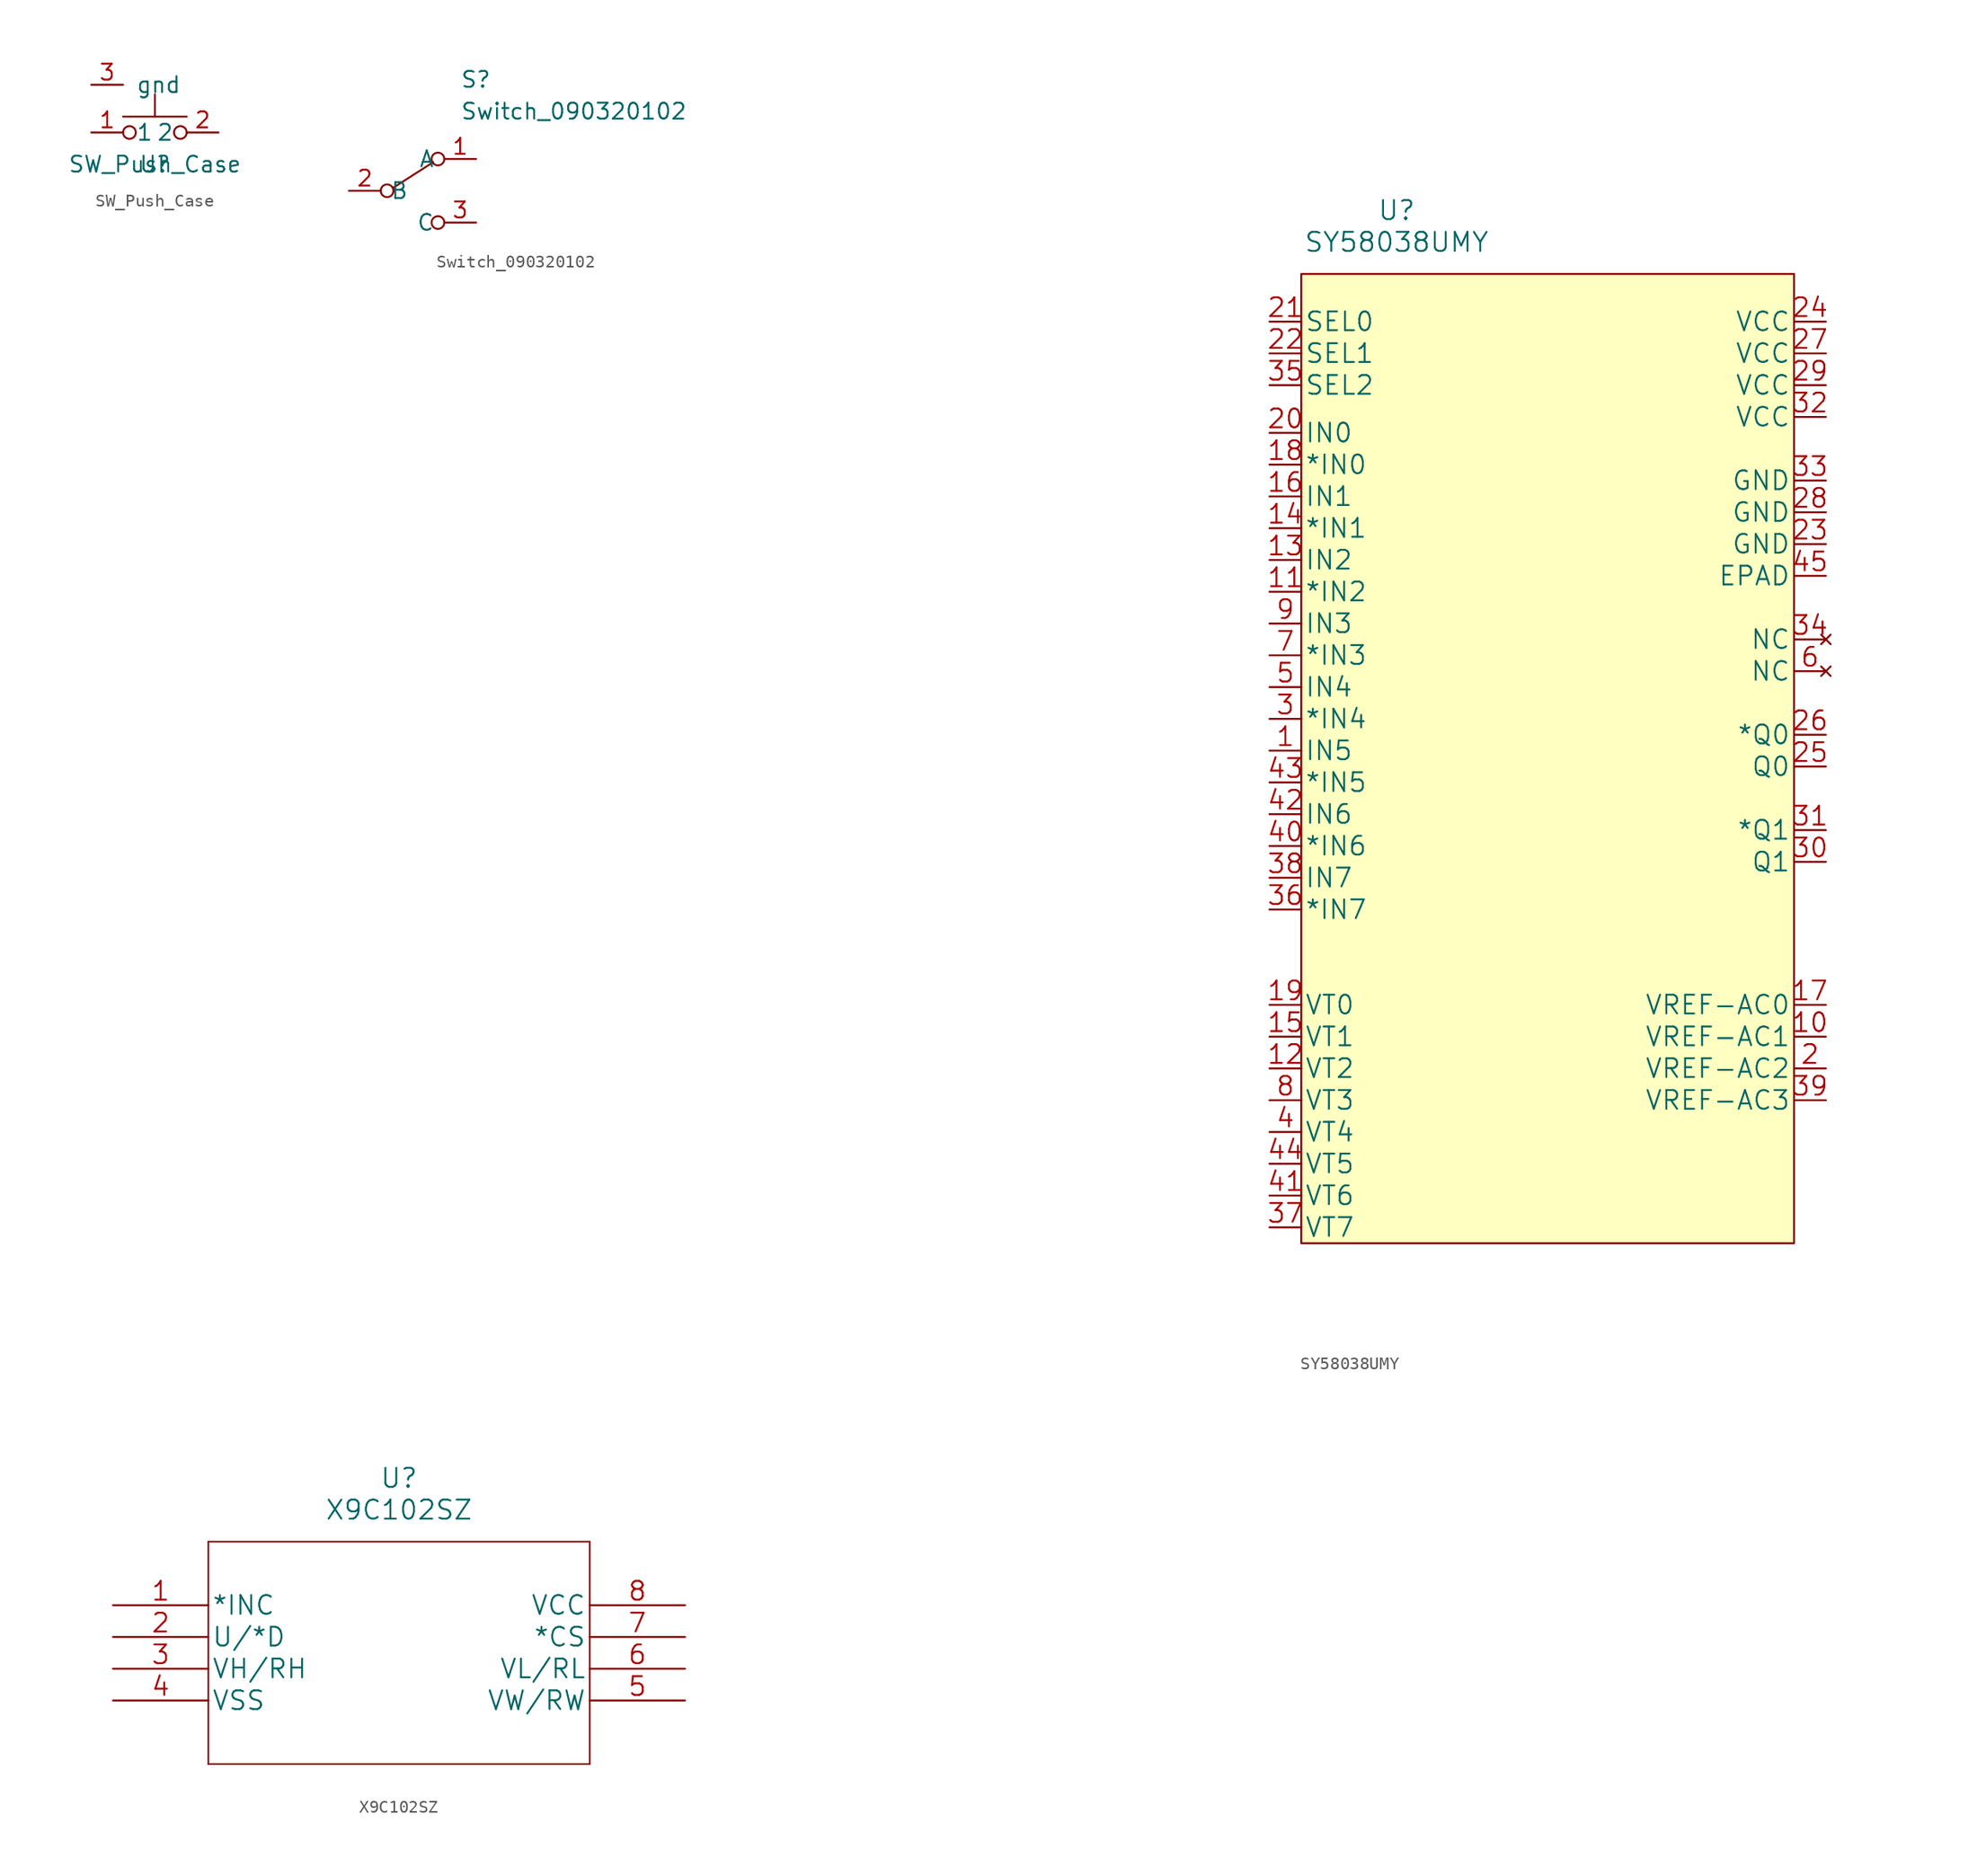
<source format=kicad_sym>
(kicad_symbol_lib
  (version 20211014)
  (generator kicad_symbol_editor)
  (symbol "SW_Push_Case"
    (pin_names
      (offset 1.016))
    (property "Reference" "U"
      (at 0 0 0)
      (effects (font (size 1.27 1.27))))
    (property "Value" "SW_Push_Case"
      (at 0 0 0)
      (effects (font (size 1.27 1.27))))
    (symbol "SW_Push_Case_1_1"
      (circle (center -2.032 2.54) (radius 0.508) (stroke (width 0) (type default) (color 0 0 0 0)) (fill (type none)))
      (polyline (pts (xy 0 3.81) (xy 0 5.588)) (stroke (width 0) (type default) (color 0 0 0 0)) (fill (type none)))
      (polyline (pts (xy 2.54 3.81) (xy -2.54 3.81)) (stroke (width 0) (type default) (color 0 0 0 0)) (fill (type none)))
      (circle (center 2.032 2.54) (radius 0.508) (stroke (width 0) (type default) (color 0 0 0 0)) (fill (type none)))
      (pin passive line (at -5.08 2.54 0) (length 2.54) (name "1" (effects (font (size 1.27 1.27)))) (number "1" (effects (font (size 1.27 1.27)))))
      (pin passive line (at 5.08 2.54 180) (length 2.54) (name "2" (effects (font (size 1.27 1.27)))) (number "2" (effects (font (size 1.27 1.27)))))
      (pin passive line (at -5.08 6.35 0) (length 2.54) (name "gnd" (effects (font (size 1.27 1.27)))) (number "3" (effects (font (size 1.27 1.27)))))
      (pin passive line (at -5.08 6.35 0) (length 2.54) hide (name "gnd" (effects (font (size 1.27 1.27)))) (number "4" (effects (font (size 1.27 1.27)))))))
  (symbol "Switch_090320102"
    (pin_names
      (offset 0.762))
    (property "Reference" "S"
      (at 8.89 6.35 0)
      (effects (font (size 1.27 1.27)) (justify left)))
    (property "Value" "Switch_090320102"
      (at 8.89 3.81 0)
      (effects (font (size 1.27 1.27)) (justify left)))
    (symbol "Switch_090320102_1_1"
      (polyline (pts (xy 3.556 -2.286) (xy 6.731 -0.254)) (stroke (width 0) (type default) (color 0 0 0 0)) (fill (type none)))
      (circle (center 3.048 -2.54) (radius 0.508) (stroke (width 0) (type default) (color 0 0 0 0)) (fill (type none)))
      (circle (center 7.112 -5.08) (radius 0.508) (stroke (width 0) (type default) (color 0 0 0 0)) (fill (type none)))
      (circle (center 7.112 0) (radius 0.508) (stroke (width 0) (type default) (color 0 0 0 0)) (fill (type none)))
      (pin passive line (at 10.16 0 180) (length 2.54) (name "A" (effects (font (size 1.27 1.27)))) (number "1" (effects (font (size 1.27 1.27)))))
      (pin passive line (at 0 -2.54 0) (length 2.54) (name "B" (effects (font (size 1.27 1.27)))) (number "2" (effects (font (size 1.27 1.27)))))
      (pin passive line (at 10.16 -5.08 180) (length 2.54) (name "C" (effects (font (size 1.27 1.27)))) (number "3" (effects (font (size 1.27 1.27)))))))
  (symbol "SY58038UMY"
    (pin_names
      (offset 0.254))
    (property "Reference" "U"
      (at 15.24 10.16 0)
      (effects (font (size 1.524 1.524))))
    (property "Value" "SY58038UMY"
      (at 15.24 7.62 0)
      (effects (font (size 1.524 1.524))))
    (property "Datasheet" ""
      (at -26.67 13.97 0)
      (effects (font (size 1.524 1.524))))
    (property "ki_locked" ""
      (at 0 0 0)
      (effects (font (size 1.27 1.27))))
    (symbol "SY58038UMY_0_1"
      (rectangle (start 7.62 -72.39) (end 46.99 5.08) (stroke (width 0) (type default) (color 0 0 0 0)) (fill (type background))))
    (symbol "SY58038UMY_1_1"
      (pin input line (at 5.08 -33.02 0) (length 2.54) (name "IN5" (effects (font (size 1.499 1.499)))) (number "1" (effects (font (size 1.499 1.499)))))
      (pin output line (at 49.53 -55.88 180) (length 2.54) (name "VREF-AC1" (effects (font (size 1.499 1.499)))) (number "10" (effects (font (size 1.499 1.499)))))
      (pin input line (at 5.08 -20.32 0) (length 2.54) (name "*IN2" (effects (font (size 1.499 1.499)))) (number "11" (effects (font (size 1.499 1.499)))))
      (pin input line (at 5.08 -58.42 0) (length 2.54) (name "VT2" (effects (font (size 1.499 1.499)))) (number "12" (effects (font (size 1.499 1.499)))))
      (pin input line (at 5.08 -17.78 0) (length 2.54) (name "IN2" (effects (font (size 1.499 1.499)))) (number "13" (effects (font (size 1.499 1.499)))))
      (pin input line (at 5.08 -15.24 0) (length 2.54) (name "*IN1" (effects (font (size 1.499 1.499)))) (number "14" (effects (font (size 1.499 1.499)))))
      (pin input line (at 5.08 -55.88 0) (length 2.54) (name "VT1" (effects (font (size 1.499 1.499)))) (number "15" (effects (font (size 1.499 1.499)))))
      (pin input line (at 5.08 -12.7 0) (length 2.54) (name "IN1" (effects (font (size 1.499 1.499)))) (number "16" (effects (font (size 1.499 1.499)))))
      (pin output line (at 49.53 -53.34 180) (length 2.54) (name "VREF-AC0" (effects (font (size 1.499 1.499)))) (number "17" (effects (font (size 1.499 1.499)))))
      (pin input line (at 5.08 -10.16 0) (length 2.54) (name "*IN0" (effects (font (size 1.499 1.499)))) (number "18" (effects (font (size 1.499 1.499)))))
      (pin input line (at 5.08 -53.34 0) (length 2.54) (name "VT0" (effects (font (size 1.499 1.499)))) (number "19" (effects (font (size 1.499 1.499)))))
      (pin output line (at 49.53 -58.42 180) (length 2.54) (name "VREF-AC2" (effects (font (size 1.499 1.499)))) (number "2" (effects (font (size 1.499 1.499)))))
      (pin input line (at 5.08 -7.62 0) (length 2.54) (name "IN0" (effects (font (size 1.499 1.499)))) (number "20" (effects (font (size 1.499 1.499)))))
      (pin input line (at 5.08 1.27 0) (length 2.54) (name "SEL0" (effects (font (size 1.499 1.499)))) (number "21" (effects (font (size 1.499 1.499)))))
      (pin input line (at 5.08 -1.27 0) (length 2.54) (name "SEL1" (effects (font (size 1.499 1.499)))) (number "22" (effects (font (size 1.499 1.499)))))
      (pin power_in line (at 49.53 -16.51 180) (length 2.54) (name "GND" (effects (font (size 1.499 1.499)))) (number "23" (effects (font (size 1.499 1.499)))))
      (pin power_in line (at 49.53 1.27 180) (length 2.54) (name "VCC" (effects (font (size 1.499 1.499)))) (number "24" (effects (font (size 1.499 1.499)))))
      (pin output line (at 49.53 -34.29 180) (length 2.54) (name "Q0" (effects (font (size 1.499 1.499)))) (number "25" (effects (font (size 1.499 1.499)))))
      (pin output line (at 49.53 -31.75 180) (length 2.54) (name "*Q0" (effects (font (size 1.499 1.499)))) (number "26" (effects (font (size 1.499 1.499)))))
      (pin power_in line (at 49.53 -1.27 180) (length 2.54) (name "VCC" (effects (font (size 1.499 1.499)))) (number "27" (effects (font (size 1.499 1.499)))))
      (pin power_in line (at 49.53 -13.97 180) (length 2.54) (name "GND" (effects (font (size 1.499 1.499)))) (number "28" (effects (font (size 1.499 1.499)))))
      (pin power_in line (at 49.53 -3.81 180) (length 2.54) (name "VCC" (effects (font (size 1.499 1.499)))) (number "29" (effects (font (size 1.499 1.499)))))
      (pin input line (at 5.08 -30.48 0) (length 2.54) (name "*IN4" (effects (font (size 1.499 1.499)))) (number "3" (effects (font (size 1.499 1.499)))))
      (pin output line (at 49.53 -41.91 180) (length 2.54) (name "Q1" (effects (font (size 1.499 1.499)))) (number "30" (effects (font (size 1.499 1.499)))))
      (pin output line (at 49.53 -39.37 180) (length 2.54) (name "*Q1" (effects (font (size 1.499 1.499)))) (number "31" (effects (font (size 1.499 1.499)))))
      (pin power_in line (at 49.53 -6.35 180) (length 2.54) (name "VCC" (effects (font (size 1.499 1.499)))) (number "32" (effects (font (size 1.499 1.499)))))
      (pin power_in line (at 49.53 -11.43 180) (length 2.54) (name "GND" (effects (font (size 1.499 1.499)))) (number "33" (effects (font (size 1.499 1.499)))))
      (pin no_connect line (at 49.53 -24.13 180) (length 2.54) (name "NC" (effects (font (size 1.499 1.499)))) (number "34" (effects (font (size 1.499 1.499)))))
      (pin input line (at 5.08 -3.81 0) (length 2.54) (name "SEL2" (effects (font (size 1.499 1.499)))) (number "35" (effects (font (size 1.499 1.499)))))
      (pin input line (at 5.08 -45.72 0) (length 2.54) (name "*IN7" (effects (font (size 1.499 1.499)))) (number "36" (effects (font (size 1.499 1.499)))))
      (pin input line (at 5.08 -71.12 0) (length 2.54) (name "VT7" (effects (font (size 1.499 1.499)))) (number "37" (effects (font (size 1.499 1.499)))))
      (pin input line (at 5.08 -43.18 0) (length 2.54) (name "IN7" (effects (font (size 1.499 1.499)))) (number "38" (effects (font (size 1.499 1.499)))))
      (pin output line (at 49.53 -60.96 180) (length 2.54) (name "VREF-AC3" (effects (font (size 1.499 1.499)))) (number "39" (effects (font (size 1.499 1.499)))))
      (pin input line (at 5.08 -63.5 0) (length 2.54) (name "VT4" (effects (font (size 1.499 1.499)))) (number "4" (effects (font (size 1.499 1.499)))))
      (pin input line (at 5.08 -40.64 0) (length 2.54) (name "*IN6" (effects (font (size 1.499 1.499)))) (number "40" (effects (font (size 1.499 1.499)))))
      (pin input line (at 5.08 -68.58 0) (length 2.54) (name "VT6" (effects (font (size 1.499 1.499)))) (number "41" (effects (font (size 1.499 1.499)))))
      (pin input line (at 5.08 -38.1 0) (length 2.54) (name "IN6" (effects (font (size 1.499 1.499)))) (number "42" (effects (font (size 1.499 1.499)))))
      (pin input line (at 5.08 -35.56 0) (length 2.54) (name "*IN5" (effects (font (size 1.499 1.499)))) (number "43" (effects (font (size 1.499 1.499)))))
      (pin input line (at 5.08 -66.04 0) (length 2.54) (name "VT5" (effects (font (size 1.499 1.499)))) (number "44" (effects (font (size 1.499 1.499)))))
      (pin bidirectional line (at 49.53 -19.05 180) (length 2.54) (name "EPAD" (effects (font (size 1.499 1.499)))) (number "45" (effects (font (size 1.499 1.499)))))
      (pin input line (at 5.08 -27.94 0) (length 2.54) (name "IN4" (effects (font (size 1.499 1.499)))) (number "5" (effects (font (size 1.499 1.499)))))
      (pin no_connect line (at 49.53 -26.67 180) (length 2.54) (name "NC" (effects (font (size 1.499 1.499)))) (number "6" (effects (font (size 1.499 1.499)))))
      (pin input line (at 5.08 -25.4 0) (length 2.54) (name "*IN3" (effects (font (size 1.499 1.499)))) (number "7" (effects (font (size 1.499 1.499)))))
      (pin input line (at 5.08 -60.96 0) (length 2.54) (name "VT3" (effects (font (size 1.499 1.499)))) (number "8" (effects (font (size 1.499 1.499)))))
      (pin input line (at 5.08 -22.86 0) (length 2.54) (name "IN3" (effects (font (size 1.499 1.499)))) (number "9" (effects (font (size 1.499 1.499)))))))
  (symbol "X9C102SZ"
    (pin_names
      (offset 0.254))
    (property "Reference" "U"
      (at 22.86 10.16 0)
      (effects (font (size 1.524 1.524))))
    (property "Value" "X9C102SZ"
      (at 22.86 7.62 0)
      (effects (font (size 1.524 1.524))))
    (property "Datasheet" ""
      (at 0 0 0)
      (effects (font (size 1.524 1.524))))
    (property "ki_locked" ""
      (at 0 0 0)
      (effects (font (size 1.27 1.27))))
    (symbol "X9C102SZ_1_1"
      (polyline (pts (xy 7.62 -12.7) (xy 38.1 -12.7)) (stroke (width 0.127) (type default) (color 0 0 0 0)) (fill (type none)))
      (polyline (pts (xy 7.62 5.08) (xy 7.62 -12.7)) (stroke (width 0.127) (type default) (color 0 0 0 0)) (fill (type none)))
      (polyline (pts (xy 38.1 -12.7) (xy 38.1 5.08)) (stroke (width 0.127) (type default) (color 0 0 0 0)) (fill (type none)))
      (polyline (pts (xy 38.1 5.08) (xy 7.62 5.08)) (stroke (width 0.127) (type default) (color 0 0 0 0)) (fill (type none)))
      (pin input line (at 0 0 0) (length 7.62) (name "*INC" (effects (font (size 1.499 1.499)))) (number "1" (effects (font (size 1.499 1.499)))))
      (pin input line (at 0 -2.54 0) (length 7.62) (name "U/*D" (effects (font (size 1.499 1.499)))) (number "2" (effects (font (size 1.499 1.499)))))
      (pin unspecified line (at 0 -5.08 0) (length 7.62) (name "VH/RH" (effects (font (size 1.499 1.499)))) (number "3" (effects (font (size 1.499 1.499)))))
      (pin power_in line (at 0 -7.62 0) (length 7.62) (name "VSS" (effects (font (size 1.499 1.499)))) (number "4" (effects (font (size 1.499 1.499)))))
      (pin unspecified line (at 45.72 -7.62 180) (length 7.62) (name "VW/RW" (effects (font (size 1.499 1.499)))) (number "5" (effects (font (size 1.499 1.499)))))
      (pin unspecified line (at 45.72 -5.08 180) (length 7.62) (name "VL/RL" (effects (font (size 1.499 1.499)))) (number "6" (effects (font (size 1.499 1.499)))))
      (pin input line (at 45.72 -2.54 180) (length 7.62) (name "*CS" (effects (font (size 1.499 1.499)))) (number "7" (effects (font (size 1.499 1.499)))))
      (pin power_in line (at 45.72 0 180) (length 7.62) (name "VCC" (effects (font (size 1.499 1.499)))) (number "8" (effects (font (size 1.499 1.499))))))))
</source>
